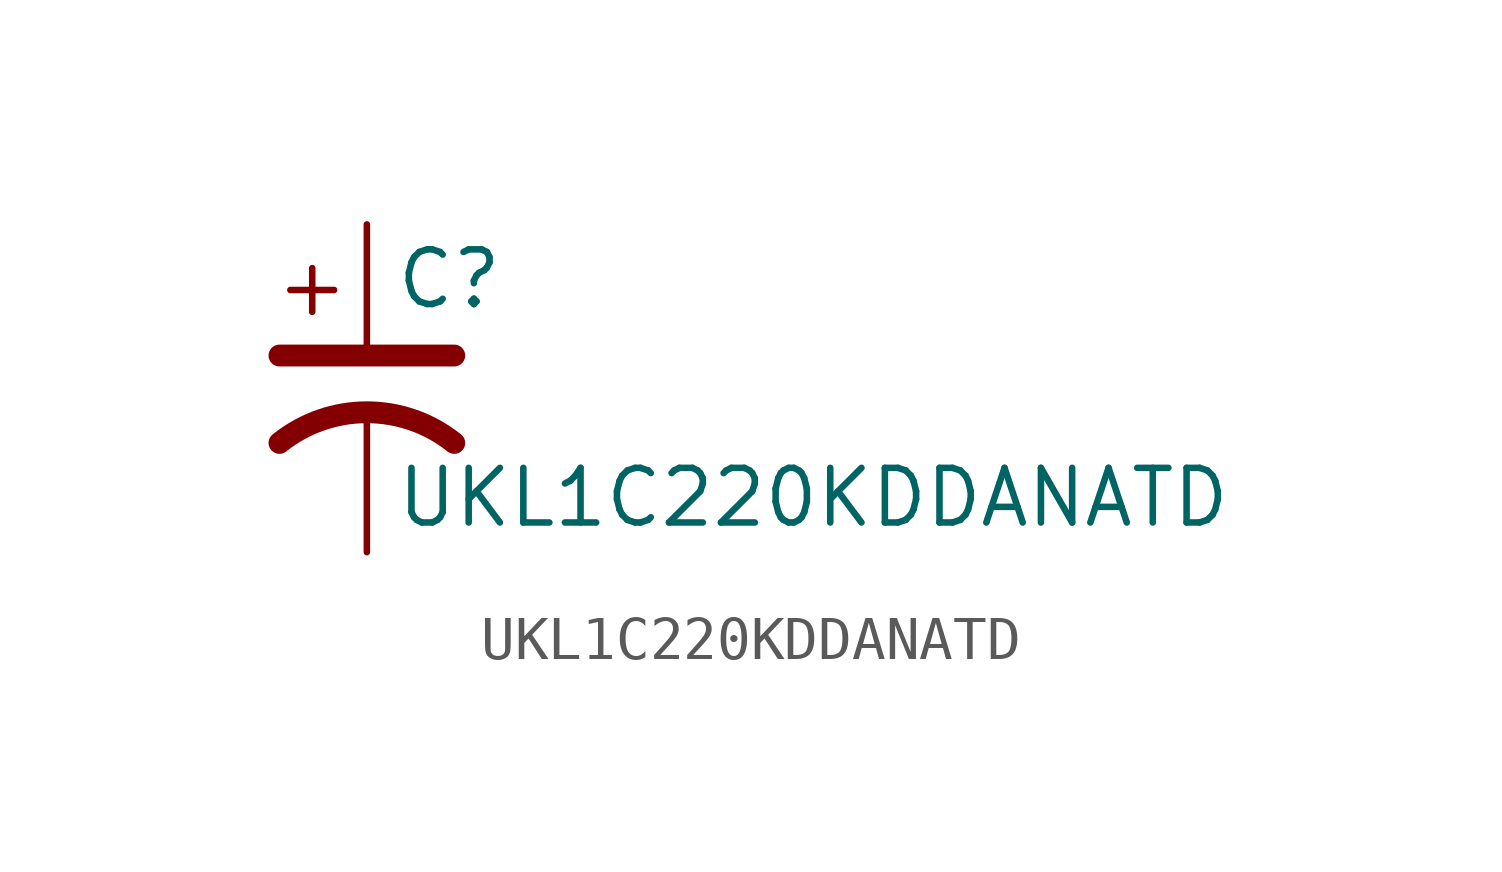
<source format=kicad_sym>
(kicad_symbol_lib
  (version 20211014)
  (generator kicad_symbol_editor)
  (symbol "UKL1C220KDDANATD"
    (pin_numbers hide)
    (pin_names
      (offset 0.254) hide)
    (property "Reference" "C"
      (at 0.635 2.54 0)
      (effects (font (size 1.27 1.27)) (justify left)))
    (property "Value" "UKL1C220KDDANATD"
      (at 0.635 -2.54 0)
      (effects (font (size 1.27 1.27)) (justify left)))
    (symbol "UKL1C220KDDANATD_0_1"
      (polyline (pts (xy -2.032 0.762) (xy 2.032 0.762)) (stroke (width 0.508) (type default) (color 0 0 0 0)) (fill (type none)))
      (polyline (pts (xy -1.778 2.286) (xy -0.762 2.286)) (stroke (width 0) (type default) (color 0 0 0 0)) (fill (type none)))
      (polyline (pts (xy -1.27 1.778) (xy -1.27 2.794)) (stroke (width 0) (type default) (color 0 0 0 0)) (fill (type none)))
      (arc (start 2.032 -1.27) (mid 0 -0.5572) (end -2.032 -1.27) (stroke (width 0.508) (type default) (color 0 0 0 0)) (fill (type none))))
    (symbol "UKL1C220KDDANATD_1_1"
      (pin passive line (at 0 3.81 270) (length 2.794) (name "~" (effects (font (size 1.27 1.27)))) (number "1" (effects (font (size 1.27 1.27)))))
      (pin passive line (at 0 -3.81 90) (length 3.302) (name "~" (effects (font (size 1.27 1.27)))) (number "2" (effects (font (size 1.27 1.27))))))))
</source>
